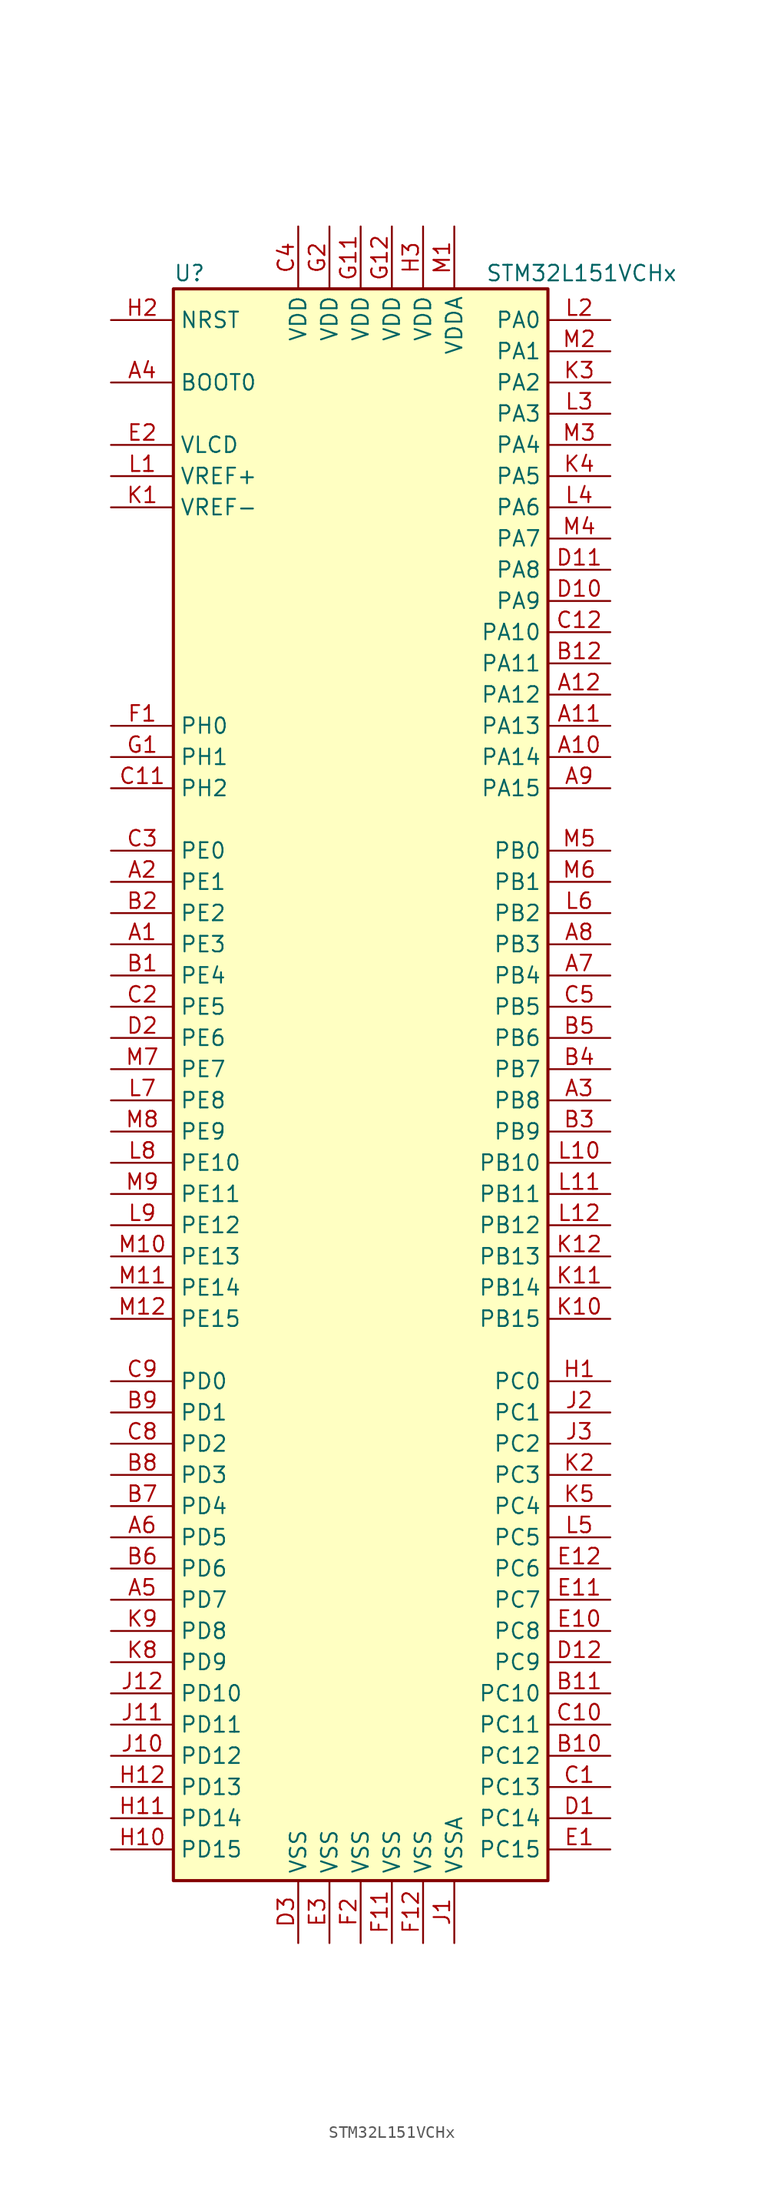
<source format=kicad_sym>
(kicad_symbol_lib
  (version 20201005)
  (generator kicad_symbol_editor)
  (symbol "MCU_ST_STM32L1:STM32L151VCHx"
    (property "Reference" "U"
      (at -15.24 64.77 0)
      (effects (font (size 1.27 1.27)) (justify left)))
    (property "Value" "STM32L151VCHx"
      (at 10.16 64.77 0)
      (effects (font (size 1.27 1.27)) (justify left)))
    (symbol "STM32L151VCHx_0_1"
      (rectangle (start -15.24 -66.04) (end 15.24 63.5) (stroke (width 0.254)) (fill (type background))))
    (symbol "STM32L151VCHx_1_1"
      (pin input line (at -20.32 55.88 0) (length 5.08) (name "BOOT0" (effects (font (size 1.27 1.27)))) (number "A4" (effects (font (size 1.27 1.27)))))
      (pin input line (at -20.32 60.96 0) (length 5.08) (name "NRST" (effects (font (size 1.27 1.27)))) (number "H2" (effects (font (size 1.27 1.27)))))
      (pin bidirectional line (at 20.32 60.96 180) (length 5.08) (name "PA0" (effects (font (size 1.27 1.27)))) (number "L2" (effects (font (size 1.27 1.27)))))
      (pin bidirectional line (at 20.32 58.42 180) (length 5.08) (name "PA1" (effects (font (size 1.27 1.27)))) (number "M2" (effects (font (size 1.27 1.27)))))
      (pin bidirectional line (at 20.32 35.56 180) (length 5.08) (name "PA10" (effects (font (size 1.27 1.27)))) (number "C12" (effects (font (size 1.27 1.27)))))
      (pin bidirectional line (at 20.32 33.02 180) (length 5.08) (name "PA11" (effects (font (size 1.27 1.27)))) (number "B12" (effects (font (size 1.27 1.27)))))
      (pin bidirectional line (at 20.32 30.48 180) (length 5.08) (name "PA12" (effects (font (size 1.27 1.27)))) (number "A12" (effects (font (size 1.27 1.27)))))
      (pin bidirectional line (at 20.32 27.94 180) (length 5.08) (name "PA13" (effects (font (size 1.27 1.27)))) (number "A11" (effects (font (size 1.27 1.27)))))
      (pin bidirectional line (at 20.32 25.4 180) (length 5.08) (name "PA14" (effects (font (size 1.27 1.27)))) (number "A10" (effects (font (size 1.27 1.27)))))
      (pin bidirectional line (at 20.32 22.86 180) (length 5.08) (name "PA15" (effects (font (size 1.27 1.27)))) (number "A9" (effects (font (size 1.27 1.27)))))
      (pin bidirectional line (at 20.32 55.88 180) (length 5.08) (name "PA2" (effects (font (size 1.27 1.27)))) (number "K3" (effects (font (size 1.27 1.27)))))
      (pin bidirectional line (at 20.32 53.34 180) (length 5.08) (name "PA3" (effects (font (size 1.27 1.27)))) (number "L3" (effects (font (size 1.27 1.27)))))
      (pin bidirectional line (at 20.32 50.8 180) (length 5.08) (name "PA4" (effects (font (size 1.27 1.27)))) (number "M3" (effects (font (size 1.27 1.27)))))
      (pin bidirectional line (at 20.32 48.26 180) (length 5.08) (name "PA5" (effects (font (size 1.27 1.27)))) (number "K4" (effects (font (size 1.27 1.27)))))
      (pin bidirectional line (at 20.32 45.72 180) (length 5.08) (name "PA6" (effects (font (size 1.27 1.27)))) (number "L4" (effects (font (size 1.27 1.27)))))
      (pin bidirectional line (at 20.32 43.18 180) (length 5.08) (name "PA7" (effects (font (size 1.27 1.27)))) (number "M4" (effects (font (size 1.27 1.27)))))
      (pin bidirectional line (at 20.32 40.64 180) (length 5.08) (name "PA8" (effects (font (size 1.27 1.27)))) (number "D11" (effects (font (size 1.27 1.27)))))
      (pin bidirectional line (at 20.32 38.1 180) (length 5.08) (name "PA9" (effects (font (size 1.27 1.27)))) (number "D10" (effects (font (size 1.27 1.27)))))
      (pin bidirectional line (at 20.32 17.78 180) (length 5.08) (name "PB0" (effects (font (size 1.27 1.27)))) (number "M5" (effects (font (size 1.27 1.27)))))
      (pin bidirectional line (at 20.32 15.24 180) (length 5.08) (name "PB1" (effects (font (size 1.27 1.27)))) (number "M6" (effects (font (size 1.27 1.27)))))
      (pin bidirectional line (at 20.32 -7.62 180) (length 5.08) (name "PB10" (effects (font (size 1.27 1.27)))) (number "L10" (effects (font (size 1.27 1.27)))))
      (pin bidirectional line (at 20.32 -10.16 180) (length 5.08) (name "PB11" (effects (font (size 1.27 1.27)))) (number "L11" (effects (font (size 1.27 1.27)))))
      (pin bidirectional line (at 20.32 -12.7 180) (length 5.08) (name "PB12" (effects (font (size 1.27 1.27)))) (number "L12" (effects (font (size 1.27 1.27)))))
      (pin bidirectional line (at 20.32 -15.24 180) (length 5.08) (name "PB13" (effects (font (size 1.27 1.27)))) (number "K12" (effects (font (size 1.27 1.27)))))
      (pin bidirectional line (at 20.32 -17.78 180) (length 5.08) (name "PB14" (effects (font (size 1.27 1.27)))) (number "K11" (effects (font (size 1.27 1.27)))))
      (pin bidirectional line (at 20.32 -20.32 180) (length 5.08) (name "PB15" (effects (font (size 1.27 1.27)))) (number "K10" (effects (font (size 1.27 1.27)))))
      (pin bidirectional line (at 20.32 12.7 180) (length 5.08) (name "PB2" (effects (font (size 1.27 1.27)))) (number "L6" (effects (font (size 1.27 1.27)))))
      (pin bidirectional line (at 20.32 10.16 180) (length 5.08) (name "PB3" (effects (font (size 1.27 1.27)))) (number "A8" (effects (font (size 1.27 1.27)))))
      (pin bidirectional line (at 20.32 7.62 180) (length 5.08) (name "PB4" (effects (font (size 1.27 1.27)))) (number "A7" (effects (font (size 1.27 1.27)))))
      (pin bidirectional line (at 20.32 5.08 180) (length 5.08) (name "PB5" (effects (font (size 1.27 1.27)))) (number "C5" (effects (font (size 1.27 1.27)))))
      (pin bidirectional line (at 20.32 2.54 180) (length 5.08) (name "PB6" (effects (font (size 1.27 1.27)))) (number "B5" (effects (font (size 1.27 1.27)))))
      (pin bidirectional line (at 20.32 0 180) (length 5.08) (name "PB7" (effects (font (size 1.27 1.27)))) (number "B4" (effects (font (size 1.27 1.27)))))
      (pin bidirectional line (at 20.32 -2.54 180) (length 5.08) (name "PB8" (effects (font (size 1.27 1.27)))) (number "A3" (effects (font (size 1.27 1.27)))))
      (pin bidirectional line (at 20.32 -5.08 180) (length 5.08) (name "PB9" (effects (font (size 1.27 1.27)))) (number "B3" (effects (font (size 1.27 1.27)))))
      (pin bidirectional line (at 20.32 -25.4 180) (length 5.08) (name "PC0" (effects (font (size 1.27 1.27)))) (number "H1" (effects (font (size 1.27 1.27)))))
      (pin bidirectional line (at 20.32 -27.94 180) (length 5.08) (name "PC1" (effects (font (size 1.27 1.27)))) (number "J2" (effects (font (size 1.27 1.27)))))
      (pin bidirectional line (at 20.32 -50.8 180) (length 5.08) (name "PC10" (effects (font (size 1.27 1.27)))) (number "B11" (effects (font (size 1.27 1.27)))))
      (pin bidirectional line (at 20.32 -53.34 180) (length 5.08) (name "PC11" (effects (font (size 1.27 1.27)))) (number "C10" (effects (font (size 1.27 1.27)))))
      (pin bidirectional line (at 20.32 -55.88 180) (length 5.08) (name "PC12" (effects (font (size 1.27 1.27)))) (number "B10" (effects (font (size 1.27 1.27)))))
      (pin bidirectional line (at 20.32 -58.42 180) (length 5.08) (name "PC13" (effects (font (size 1.27 1.27)))) (number "C1" (effects (font (size 1.27 1.27)))))
      (pin bidirectional line (at 20.32 -60.96 180) (length 5.08) (name "PC14" (effects (font (size 1.27 1.27)))) (number "D1" (effects (font (size 1.27 1.27)))))
      (pin bidirectional line (at 20.32 -63.5 180) (length 5.08) (name "PC15" (effects (font (size 1.27 1.27)))) (number "E1" (effects (font (size 1.27 1.27)))))
      (pin bidirectional line (at 20.32 -30.48 180) (length 5.08) (name "PC2" (effects (font (size 1.27 1.27)))) (number "J3" (effects (font (size 1.27 1.27)))))
      (pin bidirectional line (at 20.32 -33.02 180) (length 5.08) (name "PC3" (effects (font (size 1.27 1.27)))) (number "K2" (effects (font (size 1.27 1.27)))))
      (pin bidirectional line (at 20.32 -35.56 180) (length 5.08) (name "PC4" (effects (font (size 1.27 1.27)))) (number "K5" (effects (font (size 1.27 1.27)))))
      (pin bidirectional line (at 20.32 -38.1 180) (length 5.08) (name "PC5" (effects (font (size 1.27 1.27)))) (number "L5" (effects (font (size 1.27 1.27)))))
      (pin bidirectional line (at 20.32 -40.64 180) (length 5.08) (name "PC6" (effects (font (size 1.27 1.27)))) (number "E12" (effects (font (size 1.27 1.27)))))
      (pin bidirectional line (at 20.32 -43.18 180) (length 5.08) (name "PC7" (effects (font (size 1.27 1.27)))) (number "E11" (effects (font (size 1.27 1.27)))))
      (pin bidirectional line (at 20.32 -45.72 180) (length 5.08) (name "PC8" (effects (font (size 1.27 1.27)))) (number "E10" (effects (font (size 1.27 1.27)))))
      (pin bidirectional line (at 20.32 -48.26 180) (length 5.08) (name "PC9" (effects (font (size 1.27 1.27)))) (number "D12" (effects (font (size 1.27 1.27)))))
      (pin bidirectional line (at -20.32 -25.4 0) (length 5.08) (name "PD0" (effects (font (size 1.27 1.27)))) (number "C9" (effects (font (size 1.27 1.27)))))
      (pin bidirectional line (at -20.32 -27.94 0) (length 5.08) (name "PD1" (effects (font (size 1.27 1.27)))) (number "B9" (effects (font (size 1.27 1.27)))))
      (pin bidirectional line (at -20.32 -50.8 0) (length 5.08) (name "PD10" (effects (font (size 1.27 1.27)))) (number "J12" (effects (font (size 1.27 1.27)))))
      (pin bidirectional line (at -20.32 -53.34 0) (length 5.08) (name "PD11" (effects (font (size 1.27 1.27)))) (number "J11" (effects (font (size 1.27 1.27)))))
      (pin bidirectional line (at -20.32 -55.88 0) (length 5.08) (name "PD12" (effects (font (size 1.27 1.27)))) (number "J10" (effects (font (size 1.27 1.27)))))
      (pin bidirectional line (at -20.32 -58.42 0) (length 5.08) (name "PD13" (effects (font (size 1.27 1.27)))) (number "H12" (effects (font (size 1.27 1.27)))))
      (pin bidirectional line (at -20.32 -60.96 0) (length 5.08) (name "PD14" (effects (font (size 1.27 1.27)))) (number "H11" (effects (font (size 1.27 1.27)))))
      (pin bidirectional line (at -20.32 -63.5 0) (length 5.08) (name "PD15" (effects (font (size 1.27 1.27)))) (number "H10" (effects (font (size 1.27 1.27)))))
      (pin bidirectional line (at -20.32 -30.48 0) (length 5.08) (name "PD2" (effects (font (size 1.27 1.27)))) (number "C8" (effects (font (size 1.27 1.27)))))
      (pin bidirectional line (at -20.32 -33.02 0) (length 5.08) (name "PD3" (effects (font (size 1.27 1.27)))) (number "B8" (effects (font (size 1.27 1.27)))))
      (pin bidirectional line (at -20.32 -35.56 0) (length 5.08) (name "PD4" (effects (font (size 1.27 1.27)))) (number "B7" (effects (font (size 1.27 1.27)))))
      (pin bidirectional line (at -20.32 -38.1 0) (length 5.08) (name "PD5" (effects (font (size 1.27 1.27)))) (number "A6" (effects (font (size 1.27 1.27)))))
      (pin bidirectional line (at -20.32 -40.64 0) (length 5.08) (name "PD6" (effects (font (size 1.27 1.27)))) (number "B6" (effects (font (size 1.27 1.27)))))
      (pin bidirectional line (at -20.32 -43.18 0) (length 5.08) (name "PD7" (effects (font (size 1.27 1.27)))) (number "A5" (effects (font (size 1.27 1.27)))))
      (pin bidirectional line (at -20.32 -45.72 0) (length 5.08) (name "PD8" (effects (font (size 1.27 1.27)))) (number "K9" (effects (font (size 1.27 1.27)))))
      (pin bidirectional line (at -20.32 -48.26 0) (length 5.08) (name "PD9" (effects (font (size 1.27 1.27)))) (number "K8" (effects (font (size 1.27 1.27)))))
      (pin bidirectional line (at -20.32 17.78 0) (length 5.08) (name "PE0" (effects (font (size 1.27 1.27)))) (number "C3" (effects (font (size 1.27 1.27)))))
      (pin bidirectional line (at -20.32 15.24 0) (length 5.08) (name "PE1" (effects (font (size 1.27 1.27)))) (number "A2" (effects (font (size 1.27 1.27)))))
      (pin bidirectional line (at -20.32 -7.62 0) (length 5.08) (name "PE10" (effects (font (size 1.27 1.27)))) (number "L8" (effects (font (size 1.27 1.27)))))
      (pin bidirectional line (at -20.32 -10.16 0) (length 5.08) (name "PE11" (effects (font (size 1.27 1.27)))) (number "M9" (effects (font (size 1.27 1.27)))))
      (pin bidirectional line (at -20.32 -12.7 0) (length 5.08) (name "PE12" (effects (font (size 1.27 1.27)))) (number "L9" (effects (font (size 1.27 1.27)))))
      (pin bidirectional line (at -20.32 -15.24 0) (length 5.08) (name "PE13" (effects (font (size 1.27 1.27)))) (number "M10" (effects (font (size 1.27 1.27)))))
      (pin bidirectional line (at -20.32 -17.78 0) (length 5.08) (name "PE14" (effects (font (size 1.27 1.27)))) (number "M11" (effects (font (size 1.27 1.27)))))
      (pin bidirectional line (at -20.32 -20.32 0) (length 5.08) (name "PE15" (effects (font (size 1.27 1.27)))) (number "M12" (effects (font (size 1.27 1.27)))))
      (pin bidirectional line (at -20.32 12.7 0) (length 5.08) (name "PE2" (effects (font (size 1.27 1.27)))) (number "B2" (effects (font (size 1.27 1.27)))))
      (pin bidirectional line (at -20.32 10.16 0) (length 5.08) (name "PE3" (effects (font (size 1.27 1.27)))) (number "A1" (effects (font (size 1.27 1.27)))))
      (pin bidirectional line (at -20.32 7.62 0) (length 5.08) (name "PE4" (effects (font (size 1.27 1.27)))) (number "B1" (effects (font (size 1.27 1.27)))))
      (pin bidirectional line (at -20.32 5.08 0) (length 5.08) (name "PE5" (effects (font (size 1.27 1.27)))) (number "C2" (effects (font (size 1.27 1.27)))))
      (pin bidirectional line (at -20.32 2.54 0) (length 5.08) (name "PE6" (effects (font (size 1.27 1.27)))) (number "D2" (effects (font (size 1.27 1.27)))))
      (pin bidirectional line (at -20.32 0 0) (length 5.08) (name "PE7" (effects (font (size 1.27 1.27)))) (number "M7" (effects (font (size 1.27 1.27)))))
      (pin bidirectional line (at -20.32 -2.54 0) (length 5.08) (name "PE8" (effects (font (size 1.27 1.27)))) (number "L7" (effects (font (size 1.27 1.27)))))
      (pin bidirectional line (at -20.32 -5.08 0) (length 5.08) (name "PE9" (effects (font (size 1.27 1.27)))) (number "M8" (effects (font (size 1.27 1.27)))))
      (pin input line (at -20.32 27.94 0) (length 5.08) (name "PH0" (effects (font (size 1.27 1.27)))) (number "F1" (effects (font (size 1.27 1.27)))))
      (pin input line (at -20.32 25.4 0) (length 5.08) (name "PH1" (effects (font (size 1.27 1.27)))) (number "G1" (effects (font (size 1.27 1.27)))))
      (pin bidirectional line (at -20.32 22.86 0) (length 5.08) (name "PH2" (effects (font (size 1.27 1.27)))) (number "C11" (effects (font (size 1.27 1.27)))))
      (pin power_in line (at -5.08 68.58 270) (length 5.08) (name "VDD" (effects (font (size 1.27 1.27)))) (number "C4" (effects (font (size 1.27 1.27)))))
      (pin power_in line (at 0 68.58 270) (length 5.08) (name "VDD" (effects (font (size 1.27 1.27)))) (number "G11" (effects (font (size 1.27 1.27)))))
      (pin power_in line (at 2.54 68.58 270) (length 5.08) (name "VDD" (effects (font (size 1.27 1.27)))) (number "G12" (effects (font (size 1.27 1.27)))))
      (pin power_in line (at -2.54 68.58 270) (length 5.08) (name "VDD" (effects (font (size 1.27 1.27)))) (number "G2" (effects (font (size 1.27 1.27)))))
      (pin power_in line (at 5.08 68.58 270) (length 5.08) (name "VDD" (effects (font (size 1.27 1.27)))) (number "H3" (effects (font (size 1.27 1.27)))))
      (pin power_in line (at 7.62 68.58 270) (length 5.08) (name "VDDA" (effects (font (size 1.27 1.27)))) (number "M1" (effects (font (size 1.27 1.27)))))
      (pin power_in line (at -20.32 50.8 0) (length 5.08) (name "VLCD" (effects (font (size 1.27 1.27)))) (number "E2" (effects (font (size 1.27 1.27)))))
      (pin power_in line (at -20.32 48.26 0) (length 5.08) (name "VREF+" (effects (font (size 1.27 1.27)))) (number "L1" (effects (font (size 1.27 1.27)))))
      (pin power_in line (at -20.32 45.72 0) (length 5.08) (name "VREF-" (effects (font (size 1.27 1.27)))) (number "K1" (effects (font (size 1.27 1.27)))))
      (pin power_in line (at -5.08 -71.12 90) (length 5.08) (name "VSS" (effects (font (size 1.27 1.27)))) (number "D3" (effects (font (size 1.27 1.27)))))
      (pin power_in line (at -2.54 -71.12 90) (length 5.08) (name "VSS" (effects (font (size 1.27 1.27)))) (number "E3" (effects (font (size 1.27 1.27)))))
      (pin power_in line (at 2.54 -71.12 90) (length 5.08) (name "VSS" (effects (font (size 1.27 1.27)))) (number "F11" (effects (font (size 1.27 1.27)))))
      (pin power_in line (at 5.08 -71.12 90) (length 5.08) (name "VSS" (effects (font (size 1.27 1.27)))) (number "F12" (effects (font (size 1.27 1.27)))))
      (pin power_in line (at 0 -71.12 90) (length 5.08) (name "VSS" (effects (font (size 1.27 1.27)))) (number "F2" (effects (font (size 1.27 1.27)))))
      (pin power_in line (at 7.62 -71.12 90) (length 5.08) (name "VSSA" (effects (font (size 1.27 1.27)))) (number "J1" (effects (font (size 1.27 1.27))))))))
</source>
